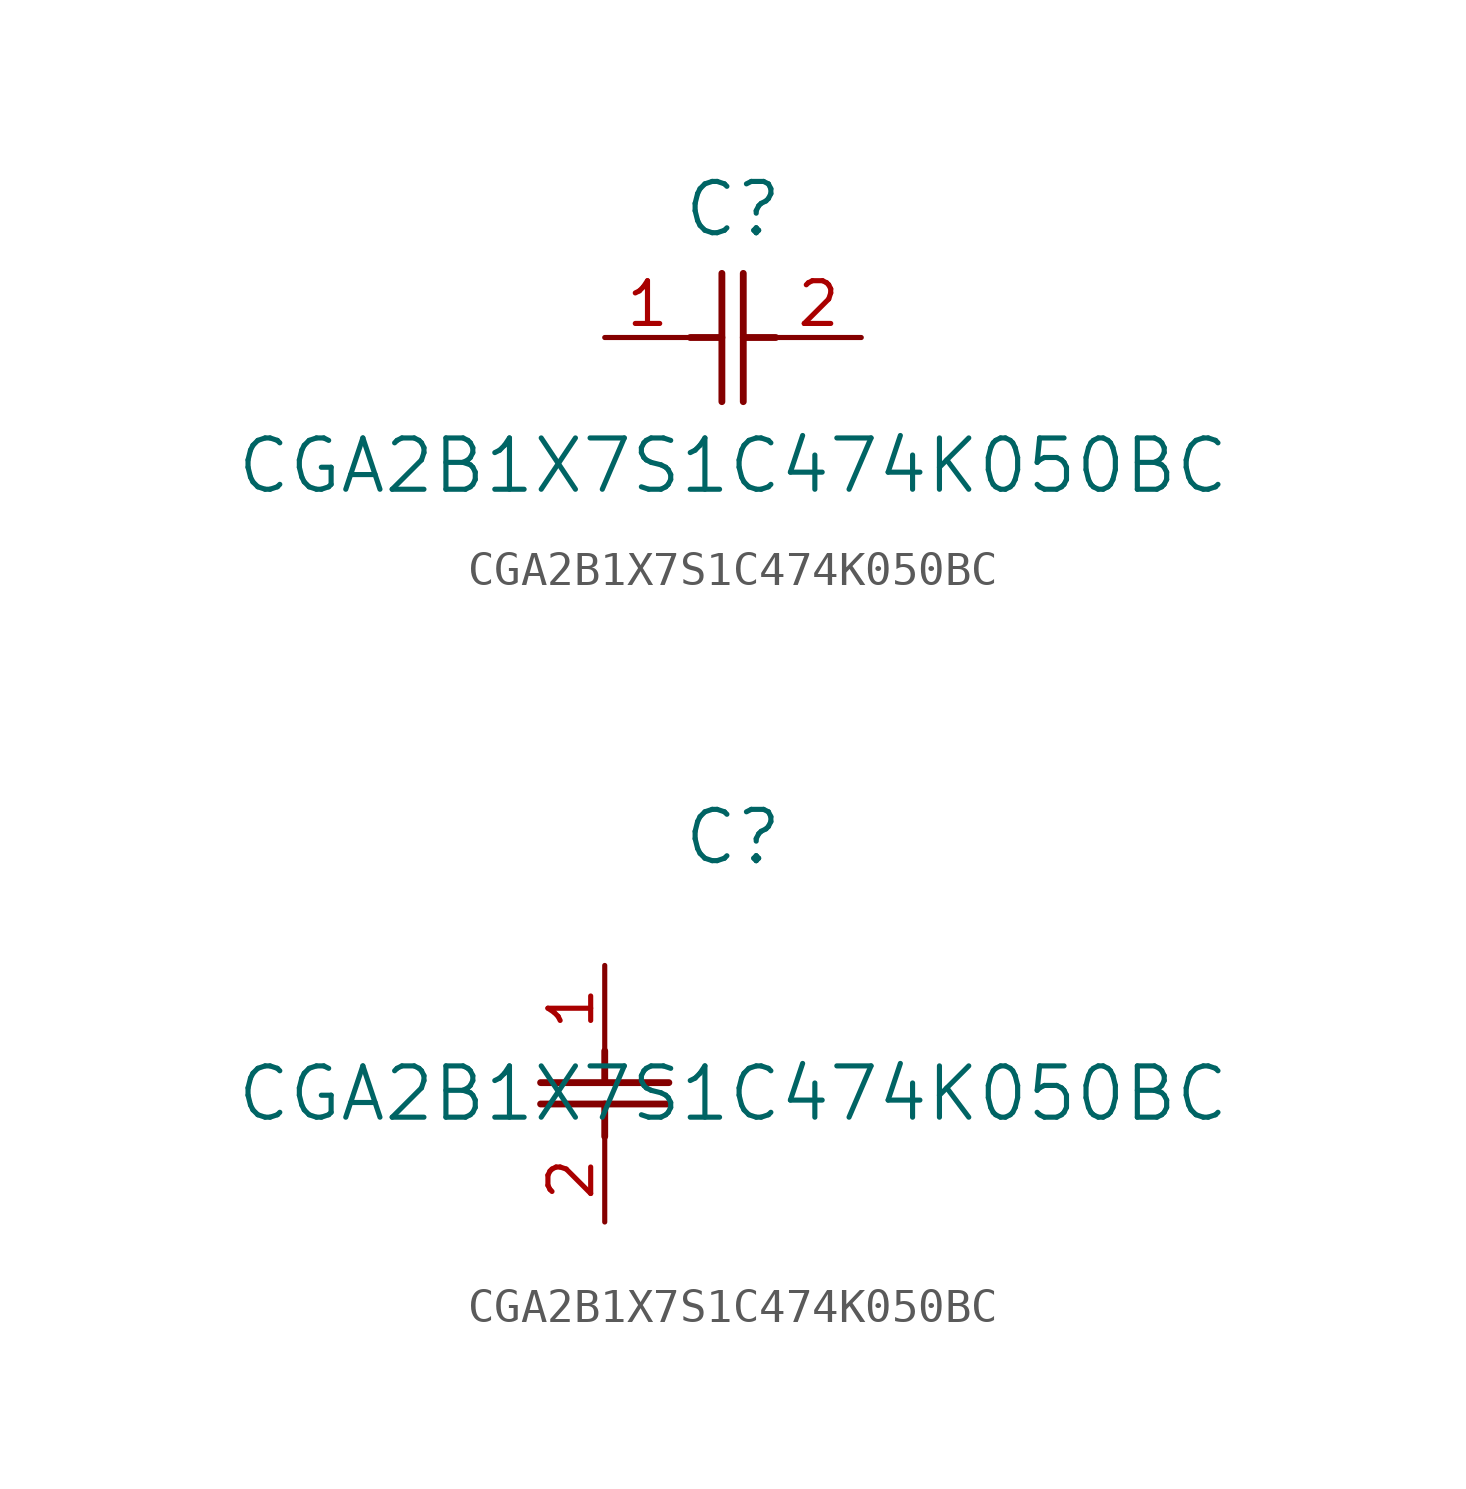
<source format=kicad_sym>
(kicad_symbol_lib
  (version 20211014)
  (generator kicad_symbol_editor)
  (symbol "CGA2B1X7S1C474K050BC"
    (pin_names
      (offset 0.254))
    (property "Reference" "C"
      (at 3.81 3.81 0)
      (effects (font (size 1.524 1.524))))
    (property "Value" "CGA2B1X7S1C474K050BC"
      (at 3.81 -3.81 0)
      (effects (font (size 1.524 1.524))))
    (symbol "CGA2B1X7S1C474K050BC_1_1"
      (polyline (pts (xy 3.48 -1.905) (xy 3.48 1.905)) (stroke (width 0.203) (type default) (color 0 0 0 0)) (fill (type none)))
      (polyline (pts (xy 4.115 -1.905) (xy 4.115 1.905)) (stroke (width 0.203) (type default) (color 0 0 0 0)) (fill (type none)))
      (polyline (pts (xy 4.115 0) (xy 5.08 0)) (stroke (width 0.203) (type default) (color 0 0 0 0)) (fill (type none)))
      (polyline (pts (xy 2.54 0) (xy 3.48 0)) (stroke (width 0.203) (type default) (color 0 0 0 0)) (fill (type none)))
      (pin unspecified line (at 0 0 0) (length 2.54) (name "" (effects (font (size 1.27 1.27)))) (number "1" (effects (font (size 1.27 1.27)))))
      (pin unspecified line (at 7.62 0 180) (length 2.54) (name "" (effects (font (size 1.27 1.27)))) (number "2" (effects (font (size 1.27 1.27))))))
    (symbol "CGA2B1X7S1C474K050BC_1_2"
      (polyline (pts (xy -1.905 -3.48) (xy 1.905 -3.48)) (stroke (width 0.203) (type default) (color 0 0 0 0)) (fill (type none)))
      (polyline (pts (xy -1.905 -4.115) (xy 1.905 -4.115)) (stroke (width 0.203) (type default) (color 0 0 0 0)) (fill (type none)))
      (polyline (pts (xy 0 -4.115) (xy 0 -5.08)) (stroke (width 0.203) (type default) (color 0 0 0 0)) (fill (type none)))
      (polyline (pts (xy 0 -2.54) (xy 0 -3.48)) (stroke (width 0.203) (type default) (color 0 0 0 0)) (fill (type none)))
      (pin unspecified line (at 0 0 270) (length 2.54) (name "" (effects (font (size 1.27 1.27)))) (number "1" (effects (font (size 1.27 1.27)))))
      (pin unspecified line (at 0 -7.62 90) (length 2.54) (name "" (effects (font (size 1.27 1.27)))) (number "2" (effects (font (size 1.27 1.27))))))))
</source>
